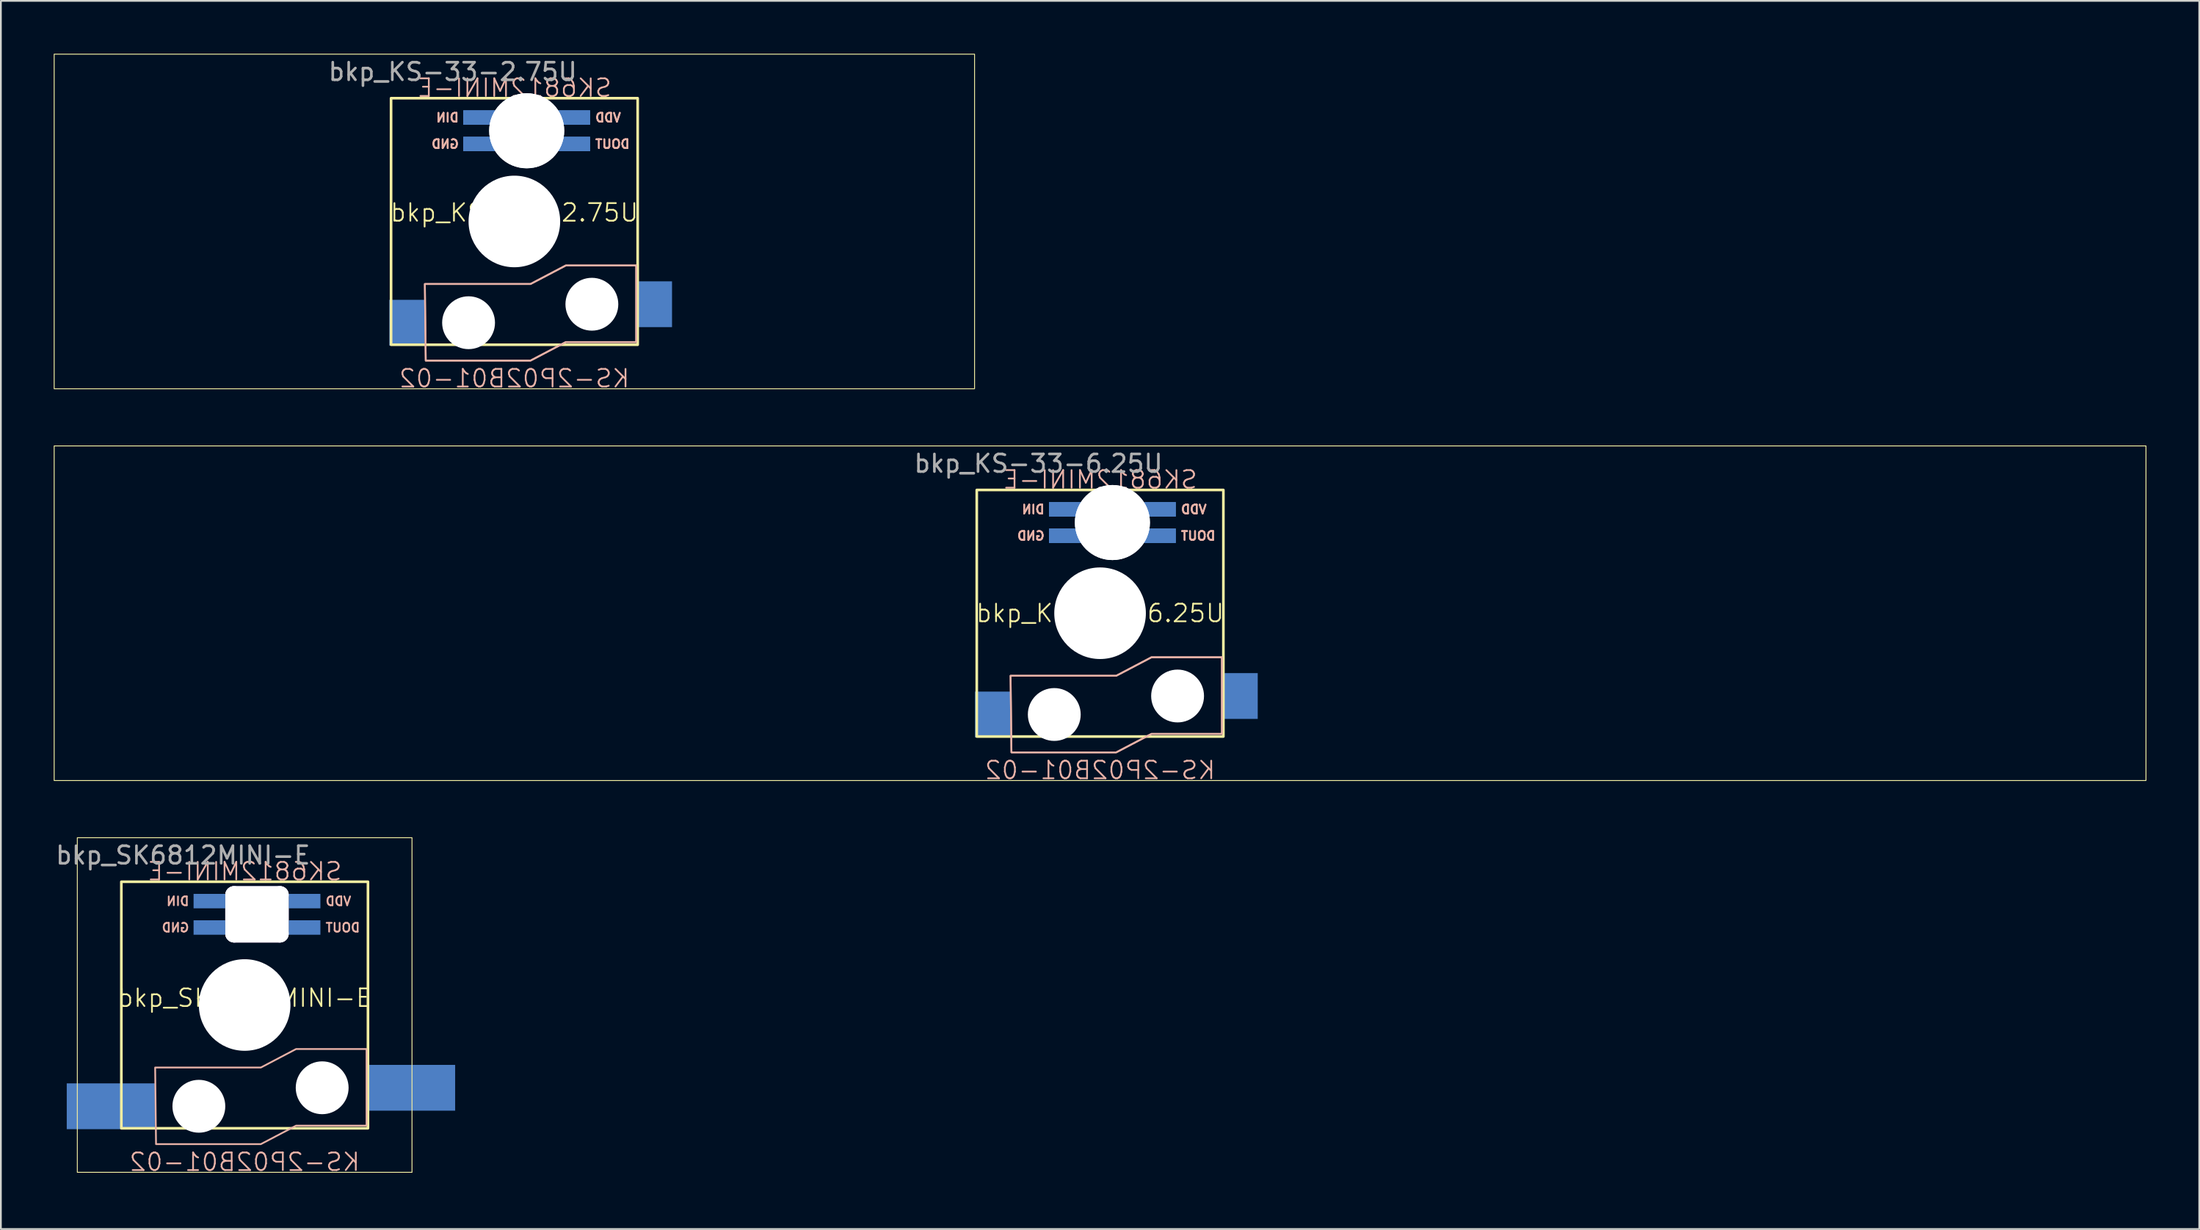
<source format=kicad_pcb>
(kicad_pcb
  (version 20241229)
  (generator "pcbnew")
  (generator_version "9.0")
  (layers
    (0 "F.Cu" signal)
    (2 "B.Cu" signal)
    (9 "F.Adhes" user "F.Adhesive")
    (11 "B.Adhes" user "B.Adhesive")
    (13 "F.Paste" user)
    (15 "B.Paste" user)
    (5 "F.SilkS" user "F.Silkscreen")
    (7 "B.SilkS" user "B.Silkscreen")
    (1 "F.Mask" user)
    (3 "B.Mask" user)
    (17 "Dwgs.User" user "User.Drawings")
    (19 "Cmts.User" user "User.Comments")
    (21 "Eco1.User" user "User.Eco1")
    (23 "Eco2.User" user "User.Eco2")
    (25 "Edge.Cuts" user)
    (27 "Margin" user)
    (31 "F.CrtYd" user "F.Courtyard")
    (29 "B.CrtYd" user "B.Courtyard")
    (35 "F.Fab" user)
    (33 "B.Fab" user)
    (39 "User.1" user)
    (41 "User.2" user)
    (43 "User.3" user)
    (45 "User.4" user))
  (footprint "bkp_KS-33-2.75U"
    (layer "F.Cu")
    (at 26.15 9.525)
    (property "Reference" "bkp_KS-33-2.75U" (at 0 -0.5 0) (unlocked yes) (layer "F.SilkS") (effects (font (size 1 1) (thickness 0.1))))
    (attr smd)
    (fp_rect (start -26.125 -9.5) (end 26.125 9.5) (stroke (width 0.05) (type solid)) (fill no) (layer "F.SilkS"))
    (fp_rect (start -7 -7) (end 7 7) (stroke (width 0.15) (type solid)) (fill no) (layer "F.SilkS"))
    (fp_poly (pts (xy -5.081 3.55) (xy -5.031 7.9) (xy 0.919 7.9) (xy 2.919 6.85) (xy 6.919 6.85) (xy 6.919 2.5) (xy 2.919 2.5) (xy 0.919 3.55)) (stroke (width 0.1) (type solid)) (fill no) (layer "B.SilkS"))
    (fp_poly (pts (xy -5.081 3.55) (xy -5.031 7.9) (xy 0.919 7.9) (xy 2.919 6.85) (xy 6.919 6.85) (xy 6.919 2.5) (xy 2.919 2.5) (xy 0.919 3.55)) (stroke (width 0.1) (type solid)) (fill no) (layer "B.SilkS"))
    (fp_text user "VDD" (at 6.1 -5.6 0) (unlocked yes) (layer "B.SilkS") (effects (font (size 0.5 0.5) (thickness 0.1)) (justify left bottom mirror)))
    (fp_text user "VDD" (at 6.1 -5.6 0) (unlocked yes) (layer "B.SilkS") (effects (font (size 0.5 0.5) (thickness 0.1)) (justify left bottom mirror)))
    (fp_text user "SK6812MINI-E" (at 0 -7 0) (unlocked yes) (layer "B.SilkS") (effects (font (size 1 1) (thickness 0.1)) (justify bottom mirror)))
    (fp_text user "DOUT" (at 6.6 -4.1 0) (unlocked yes) (layer "B.SilkS") (effects (font (size 0.5 0.5) (thickness 0.1)) (justify left bottom mirror)))
    (fp_text user "DIN" (at -3.1 -5.6 0) (unlocked yes) (layer "B.SilkS") (effects (font (size 0.5 0.5) (thickness 0.1)) (justify left bottom mirror)))
    (fp_text user "GND" (at -3.1 -4.1 0) (unlocked yes) (layer "B.SilkS") (effects (font (size 0.5 0.5) (thickness 0.1)) (justify left bottom mirror)))
    (fp_text user "DIN" (at -3.1 -5.6 0) (unlocked yes) (layer "B.SilkS") (effects (font (size 0.5 0.5) (thickness 0.1)) (justify left bottom mirror)))
    (fp_text user "KS-2P02B01-02" (at 0 9.5 0) (unlocked yes) (layer "B.SilkS") (effects (font (size 1 1) (thickness 0.1)) (justify bottom mirror)))
    (fp_text user "DOUT" (at 6.6 -4.1 0) (unlocked yes) (layer "B.SilkS") (effects (font (size 0.5 0.5) (thickness 0.1)) (justify left bottom mirror)))
    (fp_text user "GND" (at -3.1 -4.1 0) (unlocked yes) (layer "B.SilkS") (effects (font (size 0.5 0.5) (thickness 0.1)) (justify left bottom mirror)))
    (fp_text user "${REFERENCE}" (at -3.5 -8.5 0) (unlocked yes) (layer "F.Fab") (effects (font (size 1 1) (thickness 0.15))))
    (pad "" np_thru_hole circle (at -2.6 5.75) (size 3 3) (drill 3) (layers "*.Cu" "*.Mask"))
    (pad "" np_thru_hole circle (at 0 0) (size 5.2 5.2) (drill 5.25) (layers "*.Cu" "*.Mask"))
    (pad "" np_thru_hole circle (at 0.7 -5.15) (size 4.26 4.26) (drill 4.26) (layers "*.Cu" "*.Mask"))
    (pad "" np_thru_hole circle (at 0.7 -5.15) (size 4.26 4.26) (drill 4.26) (layers "*.Cu" "*.Mask"))
    (pad "" np_thru_hole circle (at 4.4 4.7) (size 3 3) (drill 3) (layers "*.Cu" "*.Mask"))
    (pad "1" smd rect (at 3.4 -5.9) (size 1.8 0.82) (layers "B.Cu" "B.Mask" "B.Paste"))
    (pad "1" smd rect (at 3.4 -5.9) (size 1.8 0.82) (layers "B.Cu" "B.Mask" "B.Paste"))
    (pad "2" smd rect (at 3.4 -4.4) (size 1.8 0.82) (layers "B.Cu" "B.Mask" "B.Paste"))
    (pad "2" smd rect (at 3.4 -4.4) (size 1.8 0.82) (layers "B.Cu" "B.Mask" "B.Paste"))
    (pad "3" smd rect (at -2 -4.4) (size 1.8 0.82) (layers "B.Cu" "B.Mask" "B.Paste"))
    (pad "3" smd rect (at -2 -4.4) (size 1.8 0.82) (layers "B.Cu" "B.Mask" "B.Paste"))
    (pad "4" smd rect (at -2 -5.9) (size 1.8 0.82) (layers "B.Cu" "B.Mask" "B.Paste"))
    (pad "4" smd rect (at -2 -5.9) (size 1.8 0.82) (layers "B.Cu" "B.Mask" "B.Paste"))
    (pad "A" smd rect (at 7.95 4.7) (size 2 2.6) (layers "B.Cu" "B.Mask" "B.Paste"))
    (pad "B" smd rect (at -6.1 5.75) (size 2 2.6) (layers "B.Cu" "B.Mask" "B.Paste")))
  (footprint "bkp_KS-33-6.25U"
    (layer "F.Cu")
    (at 59.4 32.271)
    (property "Reference" "bkp_KS-33-6.25U" (at 0 -0.5 0) (unlocked yes) (layer "F.SilkS") (effects (font (size 1 1) (thickness 0.1))))
    (attr smd)
    (fp_rect (start -59.375 -10) (end 59.375 9) (stroke (width 0.05) (type solid)) (fill no) (layer "F.SilkS"))
    (fp_rect (start -7 -7.5) (end 7 6.5) (stroke (width 0.15) (type solid)) (fill no) (layer "F.SilkS"))
    (fp_poly (pts (xy -5.081 3.05) (xy -5.031 7.4) (xy 0.919 7.4) (xy 2.919 6.35) (xy 6.919 6.35) (xy 6.919 2) (xy 2.919 2) (xy 0.919 3.05)) (stroke (width 0.1) (type solid)) (fill no) (layer "B.SilkS"))
    (fp_poly (pts (xy -5.081 3.05) (xy -5.031 7.4) (xy 0.919 7.4) (xy 2.919 6.35) (xy 6.919 6.35) (xy 6.919 2) (xy 2.919 2) (xy 0.919 3.05)) (stroke (width 0.1) (type solid)) (fill no) (layer "B.SilkS"))
    (fp_text user "DIN" (at -3.1 -6.1 0) (unlocked yes) (layer "B.SilkS") (effects (font (size 0.5 0.5) (thickness 0.1)) (justify left bottom mirror)))
    (fp_text user "VDD" (at 6.1 -6.1 0) (unlocked yes) (layer "B.SilkS") (effects (font (size 0.5 0.5) (thickness 0.1)) (justify left bottom mirror)))
    (fp_text user "KS-2P02B01-02" (at 0 9 0) (unlocked yes) (layer "B.SilkS") (effects (font (size 1 1) (thickness 0.1)) (justify bottom mirror)))
    (fp_text user "GND" (at -3.1 -4.6 0) (unlocked yes) (layer "B.SilkS") (effects (font (size 0.5 0.5) (thickness 0.1)) (justify left bottom mirror)))
    (fp_text user "DOUT" (at 6.6 -4.6 0) (unlocked yes) (layer "B.SilkS") (effects (font (size 0.5 0.5) (thickness 0.1)) (justify left bottom mirror)))
    (fp_text user "VDD" (at 6.1 -6.1 0) (unlocked yes) (layer "B.SilkS") (effects (font (size 0.5 0.5) (thickness 0.1)) (justify left bottom mirror)))
    (fp_text user "SK6812MINI-E" (at 0 -7.5 0) (unlocked yes) (layer "B.SilkS") (effects (font (size 1 1) (thickness 0.1)) (justify bottom mirror)))
    (fp_text user "DIN" (at -3.1 -6.1 0) (unlocked yes) (layer "B.SilkS") (effects (font (size 0.5 0.5) (thickness 0.1)) (justify left bottom mirror)))
    (fp_text user "DOUT" (at 6.6 -4.6 0) (unlocked yes) (layer "B.SilkS") (effects (font (size 0.5 0.5) (thickness 0.1)) (justify left bottom mirror)))
    (fp_text user "GND" (at -3.1 -4.6 0) (unlocked yes) (layer "B.SilkS") (effects (font (size 0.5 0.5) (thickness 0.1)) (justify left bottom mirror)))
    (fp_text user "${REFERENCE}" (at -3.5 -9 0) (unlocked yes) (layer "F.Fab") (effects (font (size 1 1) (thickness 0.15))))
    (pad "" np_thru_hole circle (at -2.6 5.25) (size 3 3) (drill 3) (layers "*.Cu" "*.Mask"))
    (pad "" np_thru_hole circle (at 0 -0.5) (size 5.2 5.2) (drill 5.25) (layers "*.Cu" "*.Mask"))
    (pad "" np_thru_hole circle (at 0.7 -5.65) (size 4.26 4.26) (drill 4.26) (layers "*.Cu" "*.Mask"))
    (pad "" np_thru_hole circle (at 0.7 -5.65) (size 4.26 4.26) (drill 4.26) (layers "*.Cu" "*.Mask"))
    (pad "" np_thru_hole circle (at 4.4 4.2) (size 3 3) (drill 3) (layers "*.Cu" "*.Mask"))
    (pad "1" smd rect (at 3.4 -6.4) (size 1.8 0.82) (layers "B.Cu" "B.Mask" "B.Paste"))
    (pad "1" smd rect (at 3.4 -6.4) (size 1.8 0.82) (layers "B.Cu" "B.Mask" "B.Paste"))
    (pad "2" smd rect (at 3.4 -4.9) (size 1.8 0.82) (layers "B.Cu" "B.Mask" "B.Paste"))
    (pad "2" smd rect (at 3.4 -4.9) (size 1.8 0.82) (layers "B.Cu" "B.Mask" "B.Paste"))
    (pad "3" smd rect (at -2 -4.9) (size 1.8 0.82) (layers "B.Cu" "B.Mask" "B.Paste"))
    (pad "3" smd rect (at -2 -4.9) (size 1.8 0.82) (layers "B.Cu" "B.Mask" "B.Paste"))
    (pad "4" smd rect (at -2 -6.4) (size 1.8 0.82) (layers "B.Cu" "B.Mask" "B.Paste"))
    (pad "4" smd rect (at -2 -6.4) (size 1.8 0.82) (layers "B.Cu" "B.Mask" "B.Paste"))
    (pad "A" smd rect (at 7.95 4.2) (size 2 2.6) (layers "B.Cu" "B.Mask" "B.Paste"))
    (pad "B" smd rect (at -6.1 5.25) (size 2 2.6) (layers "B.Cu" "B.Mask" "B.Paste")))
  (footprint "bkp_SK6812MINI-E"
    (layer "F.Cu")
    (at 10.839 54.117)
    (property "Reference" "bkp_SK6812MINI-E" (at 0 -0.5 0) (unlocked yes) (layer "F.SilkS") (effects (font (size 1 1) (thickness 0.1))))
    (attr smd)
    (fp_rect (start -9.5 -9.6) (end 9.5 9.4) (stroke (width 0.05) (type solid)) (fill no) (layer "F.SilkS"))
    (fp_rect (start -7 -7.1) (end 7 6.9) (stroke (width 0.15) (type solid)) (fill no) (layer "F.SilkS"))
    (fp_poly (pts (xy -5.081 3.45) (xy -5.031 7.8) (xy 0.919 7.8) (xy 2.919 6.75) (xy 6.919 6.75) (xy 6.919 2.4) (xy 2.919 2.4) (xy 0.919 3.45)) (stroke (width 0.1) (type solid)) (fill no) (layer "B.SilkS"))
    (fp_text user "GND" (at -3.1 -4.2 0) (unlocked yes) (layer "B.SilkS") (effects (font (size 0.5 0.5) (thickness 0.1)) (justify left bottom mirror)))
    (fp_text user "VDD" (at 6.1 -5.7 0) (unlocked yes) (layer "B.SilkS") (effects (font (size 0.5 0.5) (thickness 0.1)) (justify left bottom mirror)))
    (fp_text user "DOUT" (at 6.6 -4.2 0) (unlocked yes) (layer "B.SilkS") (effects (font (size 0.5 0.5) (thickness 0.1)) (justify left bottom mirror)))
    (fp_text user "KS-2P02B01-02" (at 0 9.4 0) (unlocked yes) (layer "B.SilkS") (effects (font (size 1 1) (thickness 0.1)) (justify bottom mirror)))
    (fp_text user "DIN" (at -3.1 -5.7 0) (unlocked yes) (layer "B.SilkS") (effects (font (size 0.5 0.5) (thickness 0.1)) (justify left bottom mirror)))
    (fp_text user "SK6812MINI-E" (at 0 -7.1 0) (unlocked yes) (layer "B.SilkS") (effects (font (size 1 1) (thickness 0.1)) (justify bottom mirror)))
    (fp_text user "${REFERENCE}" (at -3.5 -8.6 0) (unlocked yes) (layer "F.Fab") (effects (font (size 1 1) (thickness 0.15))))
    (pad "" np_thru_hole circle (at -2.6 5.65) (size 3 3) (drill 3) (layers "*.Cu" "*.Mask"))
    (pad "" np_thru_hole roundrect (at -0.6 -5.25) (size 1 3.2) (drill oval 1 3.2) (layers "*.Cu" "*.Mask") (roundrect_rratio 0.5))
    (pad "" np_thru_hole circle (at 0 -0.1) (size 5.2 5.2) (drill 5.25) (layers "*.Cu" "*.Mask"))
    (pad "" np_thru_hole roundrect (at 0.7 -6.35) (size 3.6 1) (drill oval 3.6 1) (layers "*.Cu" "*.Mask") (roundrect_rratio 0.5))
    (pad "" np_thru_hole circle (at 0.7 -5.25) (size 2.2 2.2) (drill 2.2) (layers "*.Cu" "*.Mask"))
    (pad "" np_thru_hole roundrect (at 0.7 -4.15) (size 3.6 1) (drill oval 3.6 1) (layers "*.Cu" "*.Mask") (roundrect_rratio 0.5))
    (pad "" np_thru_hole roundrect (at 2 -5.25) (size 1 3.2) (drill oval 1 3.2) (layers "*.Cu" "*.Mask") (roundrect_rratio 0.5))
    (pad "" np_thru_hole circle (at 4.4 4.6) (size 3 3) (drill 3) (layers "*.Cu" "*.Mask"))
    (pad "1" smd rect (at 3.4 -6) (size 1.8 0.82) (layers "B.Cu" "B.Mask" "B.Paste"))
    (pad "2" smd rect (at 3.4 -4.5) (size 1.8 0.82) (layers "B.Cu" "B.Mask" "B.Paste"))
    (pad "3" smd rect (at -2 -4.5) (size 1.8 0.82) (layers "B.Cu" "B.Mask" "B.Paste"))
    (pad "4" smd rect (at -2 -6) (size 1.8 0.82) (layers "B.Cu" "B.Mask" "B.Paste"))
    (pad "A" smd rect (at 9.45 4.6) (size 5 2.6) (layers "B.Cu" "B.Mask" "B.Paste"))
    (pad "B" smd rect (at -7.6 5.65) (size 5 2.6) (layers "B.Cu" "B.Mask" "B.Paste")))
  (gr_rect
    (start -3 -3)
    (end 121.8 66.738)
    (stroke (width 0.1) (type default))
    (fill no)
    (layer "Edge.Cuts")))
</source>
